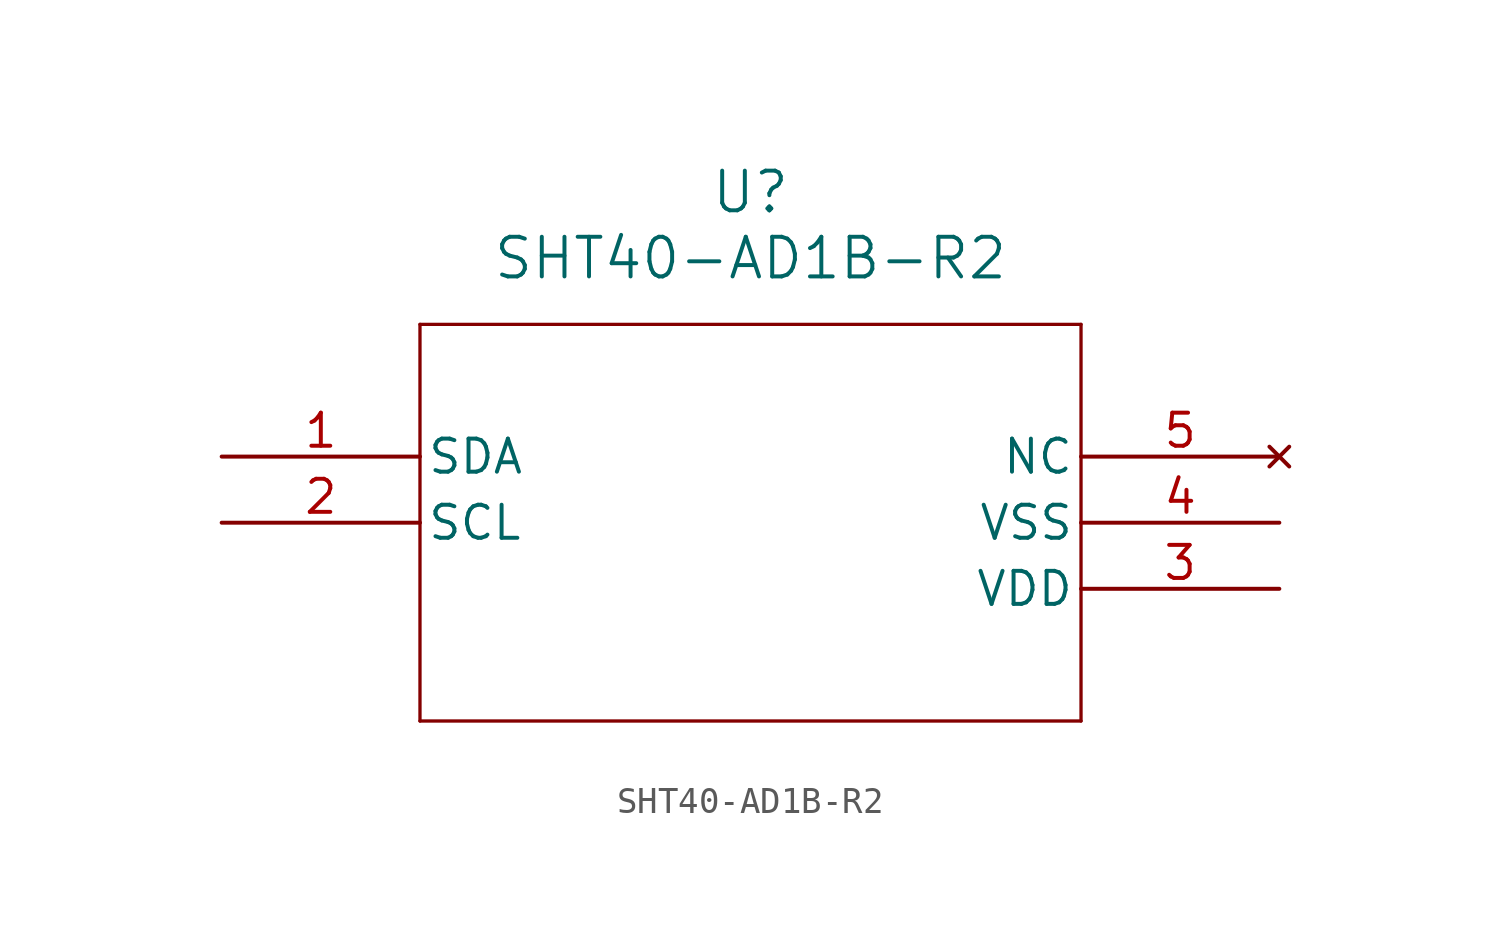
<source format=kicad_sym>
(kicad_symbol_lib
  (version 20211014)
  (generator kicad_symbol_editor)
  (symbol "SHT40-AD1B-R2"
    (pin_names
      (offset 0.254))
    (property "Reference" "U"
      (at 20.32 10.16 0)
      (effects (font (size 1.524 1.524))))
    (property "Value" "SHT40-AD1B-R2"
      (at 20.32 7.62 0)
      (effects (font (size 1.524 1.524))))
    (symbol "SHT40-AD1B-R2_0_1"
      (polyline (pts (xy 7.62 5.08) (xy 7.62 -10.16)) (stroke (width 0.127) (type default) (color 0 0 0 0)) (fill (type none)))
      (polyline (pts (xy 7.62 -10.16) (xy 33.02 -10.16)) (stroke (width 0.127) (type default) (color 0 0 0 0)) (fill (type none)))
      (polyline (pts (xy 33.02 -10.16) (xy 33.02 5.08)) (stroke (width 0.127) (type default) (color 0 0 0 0)) (fill (type none)))
      (polyline (pts (xy 33.02 5.08) (xy 7.62 5.08)) (stroke (width 0.127) (type default) (color 0 0 0 0)) (fill (type none)))
      (pin bidirectional line (at 0 0 0) (length 7.62) (name "SDA" (effects (font (size 1.27 1.27)))) (number "1" (effects (font (size 1.27 1.27)))))
      (pin input line (at 0 -2.54 0) (length 7.62) (name "SCL" (effects (font (size 1.27 1.27)))) (number "2" (effects (font (size 1.27 1.27)))))
      (pin power_in line (at 40.64 -5.08 180) (length 7.62) (name "VDD" (effects (font (size 1.27 1.27)))) (number "3" (effects (font (size 1.27 1.27)))))
      (pin power_out line (at 40.64 -2.54 180) (length 7.62) (name "VSS" (effects (font (size 1.27 1.27)))) (number "4" (effects (font (size 1.27 1.27)))))
      (pin no_connect line (at 40.64 0 180) (length 7.62) (name "NC" (effects (font (size 1.27 1.27)))) (number "5" (effects (font (size 1.27 1.27))))))))
</source>
